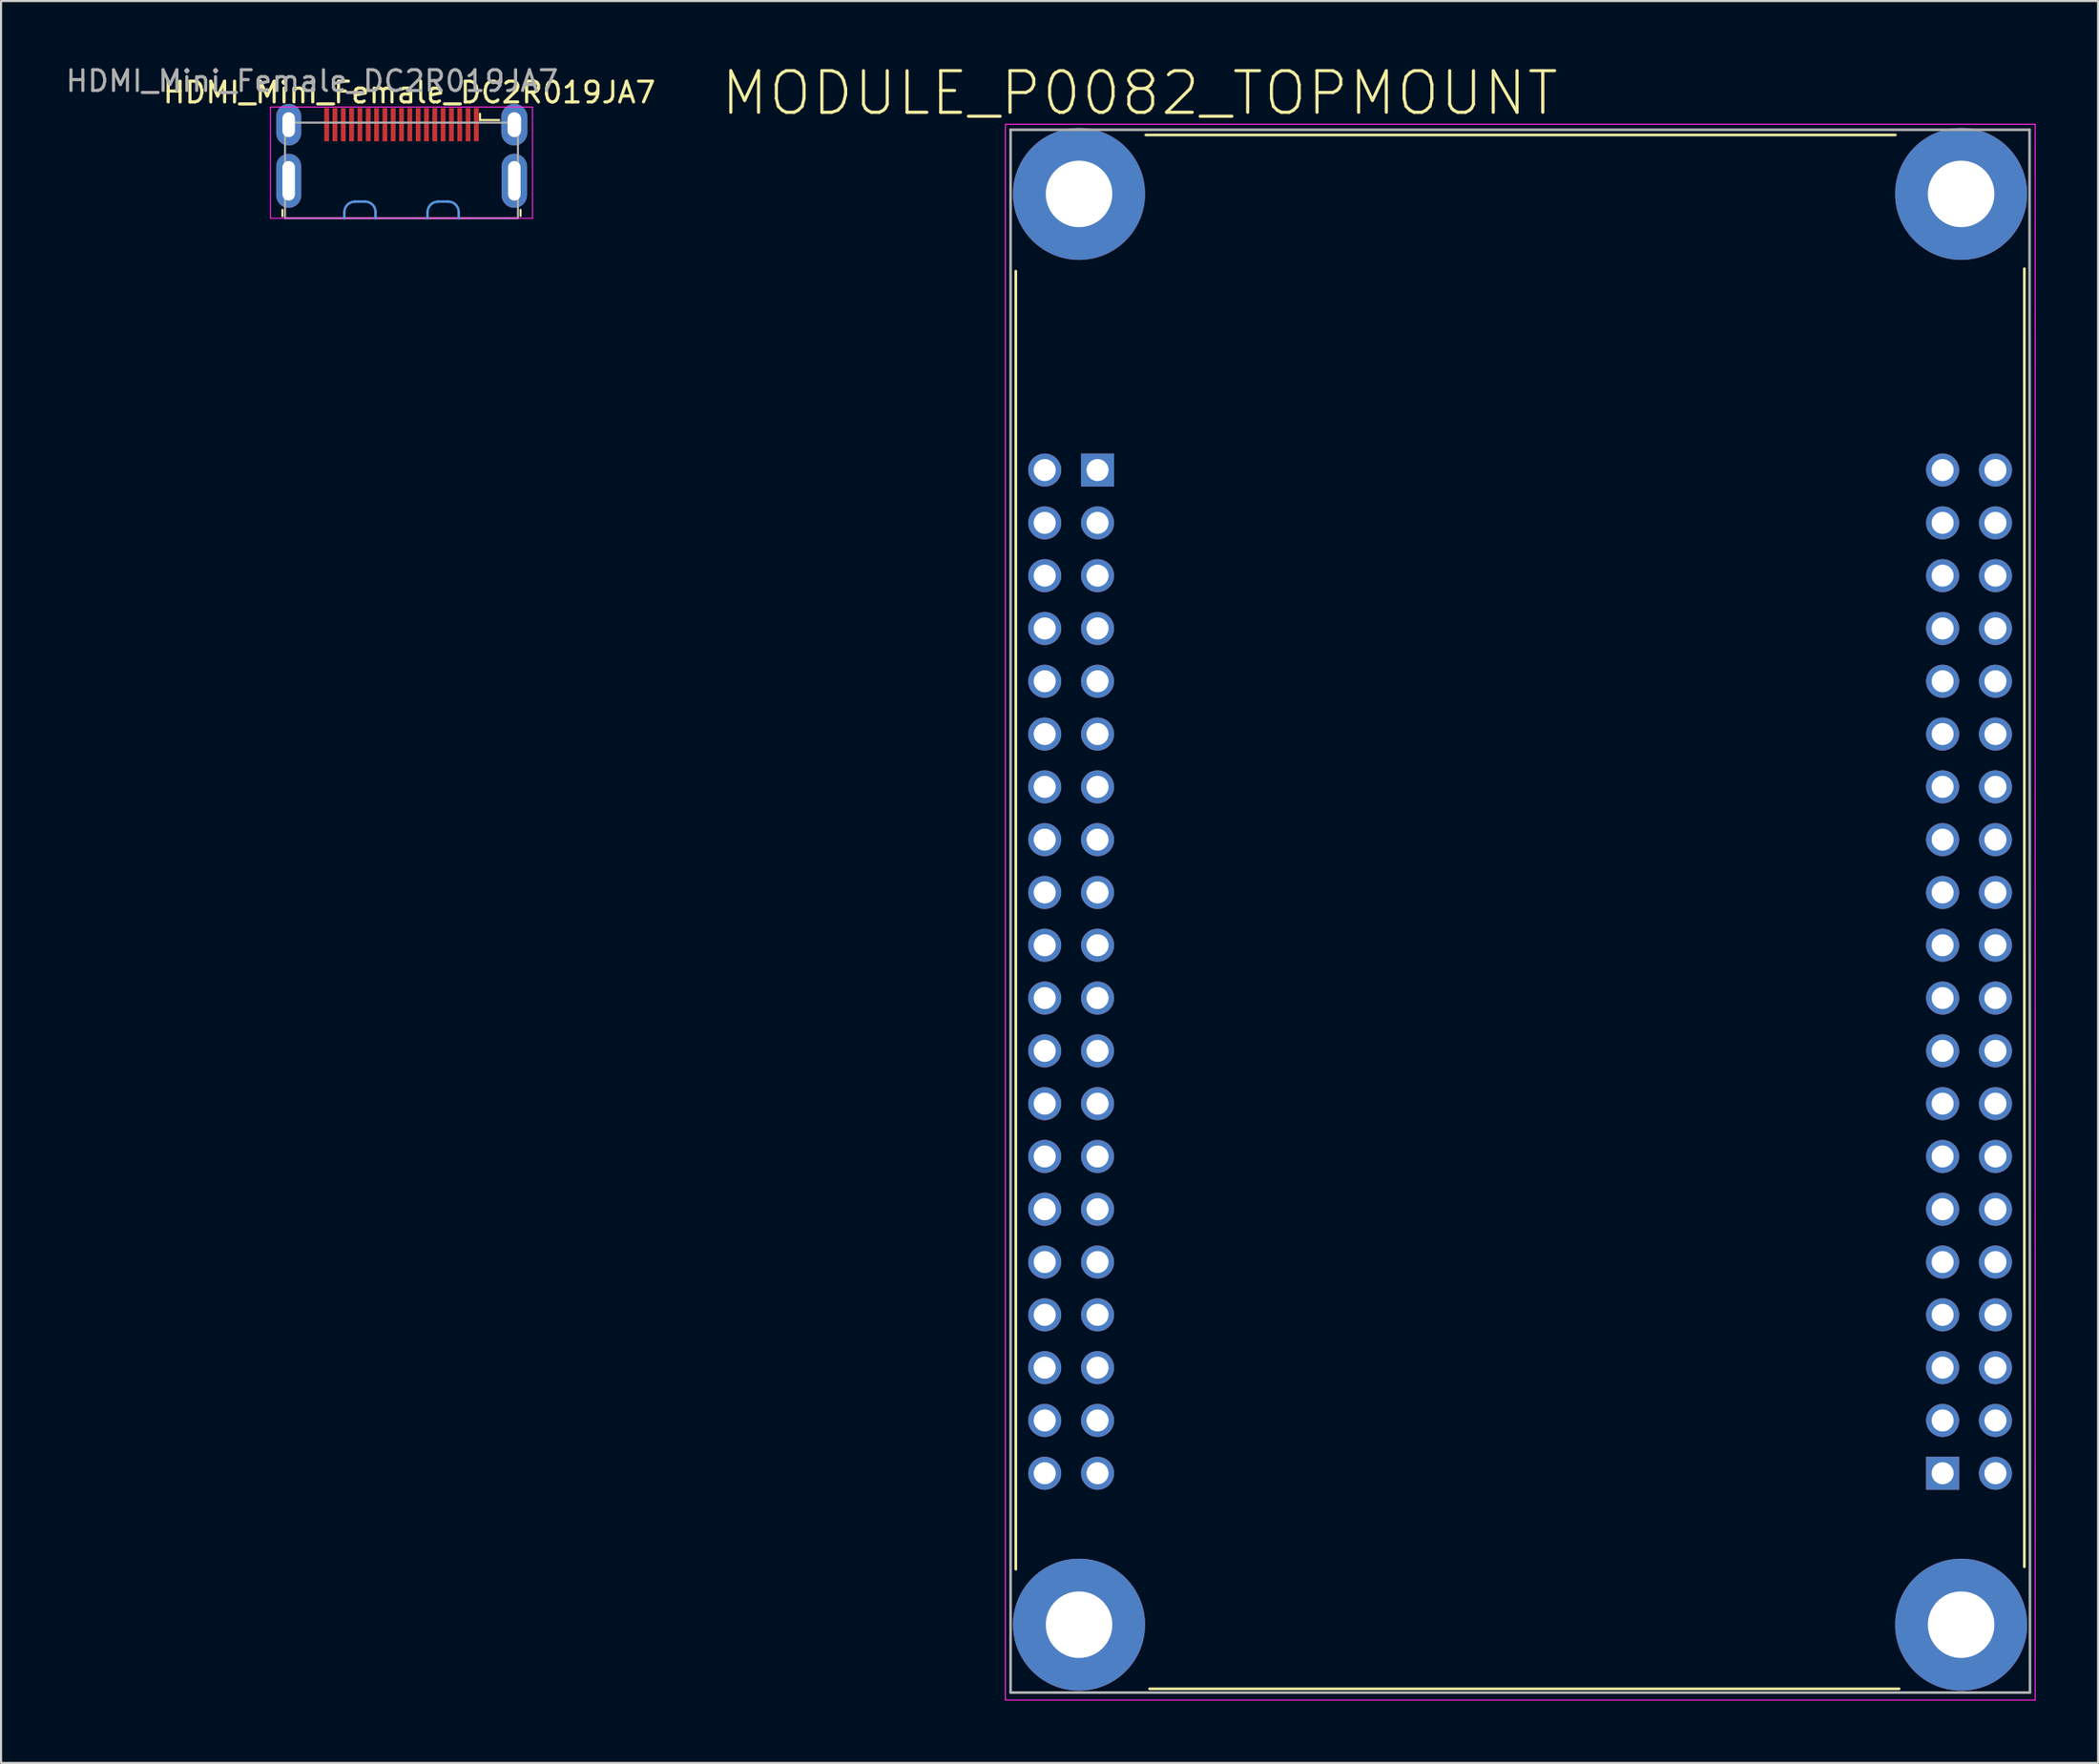
<source format=kicad_pcb>
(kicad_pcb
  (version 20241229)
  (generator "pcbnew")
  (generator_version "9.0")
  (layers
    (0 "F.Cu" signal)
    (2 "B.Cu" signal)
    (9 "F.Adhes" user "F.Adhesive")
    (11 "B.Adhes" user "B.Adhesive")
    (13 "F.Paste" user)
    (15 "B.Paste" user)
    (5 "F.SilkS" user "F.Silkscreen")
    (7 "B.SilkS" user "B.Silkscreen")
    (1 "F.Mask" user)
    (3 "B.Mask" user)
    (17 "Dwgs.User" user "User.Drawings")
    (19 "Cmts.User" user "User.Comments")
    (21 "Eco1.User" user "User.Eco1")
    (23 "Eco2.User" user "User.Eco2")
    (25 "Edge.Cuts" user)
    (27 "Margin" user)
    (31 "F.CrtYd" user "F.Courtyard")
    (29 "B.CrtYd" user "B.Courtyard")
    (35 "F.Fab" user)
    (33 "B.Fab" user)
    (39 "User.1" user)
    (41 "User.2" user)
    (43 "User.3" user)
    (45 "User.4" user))
  (footprint "MODULE_P0082_TOPMOUNT"
    (layer "F.Cu")
    (at 70.05 43.693)
    (property "Reference" "MODULE_P0082_TOPMOUNT" (at -18.29 -42.26 0) (layer "F.SilkS") (effects (font (size 2 2) (thickness 0.15))))
    (attr through_hole)
    (fp_line (start -24.25 -33.7) (end -24.25 28.75) (stroke (width 0.127) (type solid)) (layer "F.SilkS"))
    (fp_line (start -18 -40.25) (end 18.05 -40.25) (stroke (width 0.127) (type solid)) (layer "F.SilkS"))
    (fp_line (start -17.82 34.5) (end 18.23 34.5) (stroke (width 0.127) (type solid)) (layer "F.SilkS"))
    (fp_line (start 24.25 -33.82) (end 24.25 28.63) (stroke (width 0.127) (type solid)) (layer "F.SilkS"))
    (fp_line (start -24.75 -40.765) (end 24.77 -40.765) (stroke (width 0.05) (type solid)) (layer "F.CrtYd"))
    (fp_line (start -24.75 35.04) (end -24.75 -40.765) (stroke (width 0.05) (type solid)) (layer "F.CrtYd"))
    (fp_line (start 24.77 -40.765) (end 24.77 35.04) (stroke (width 0.05) (type solid)) (layer "F.CrtYd"))
    (fp_line (start 24.77 35.04) (end -24.75 35.04) (stroke (width 0.05) (type solid)) (layer "F.CrtYd"))
    (fp_line (start -24.5 -40.5) (end 24.5 -40.5) (stroke (width 0.127) (type solid)) (layer "F.Fab"))
    (fp_line (start -24.5 34.68) (end -24.5 -40.5) (stroke (width 0.127) (type solid)) (layer "F.Fab"))
    (fp_line (start 24.5 -40.5) (end 24.52 34.68) (stroke (width 0.127) (type solid)) (layer "F.Fab"))
    (fp_line (start 24.52 34.68) (end -24.5 34.68) (stroke (width 0.127) (type solid)) (layer "F.Fab"))
    (pad "JP1_1" thru_hole rect (at -20.32 -24.13) (size 1.59 1.59) (drill 1.06) (layers "*.Cu" "*.Mask"))
    (pad "JP1_2" thru_hole circle (at -22.86 -24.13) (size 1.59 1.59) (drill 1.06) (layers "*.Cu" "*.Mask"))
    (pad "JP1_3" thru_hole circle (at -20.32 -21.59) (size 1.59 1.59) (drill 1.06) (layers "*.Cu" "*.Mask"))
    (pad "JP1_4" thru_hole circle (at -22.86 -21.59) (size 1.59 1.59) (drill 1.06) (layers "*.Cu" "*.Mask"))
    (pad "JP1_5" thru_hole circle (at -20.32 -19.05) (size 1.59 1.59) (drill 1.06) (layers "*.Cu" "*.Mask"))
    (pad "JP1_6" thru_hole circle (at -22.86 -19.05) (size 1.59 1.59) (drill 1.06) (layers "*.Cu" "*.Mask"))
    (pad "JP1_7" thru_hole circle (at -20.32 -16.51) (size 1.59 1.59) (drill 1.06) (layers "*.Cu" "*.Mask"))
    (pad "JP1_8" thru_hole circle (at -22.86 -16.51) (size 1.59 1.59) (drill 1.06) (layers "*.Cu" "*.Mask"))
    (pad "JP1_9" thru_hole circle (at -20.32 -13.97) (size 1.59 1.59) (drill 1.06) (layers "*.Cu" "*.Mask"))
    (pad "JP1_10" thru_hole circle (at -22.86 -13.97) (size 1.59 1.59) (drill 1.06) (layers "*.Cu" "*.Mask"))
    (pad "JP1_11" thru_hole circle (at -20.32 -11.43) (size 1.59 1.59) (drill 1.06) (layers "*.Cu" "*.Mask"))
    (pad "JP1_12" thru_hole circle (at -22.86 -11.43) (size 1.59 1.59) (drill 1.06) (layers "*.Cu" "*.Mask"))
    (pad "JP1_13" thru_hole circle (at -20.32 -8.89) (size 1.59 1.59) (drill 1.06) (layers "*.Cu" "*.Mask"))
    (pad "JP1_14" thru_hole circle (at -22.86 -8.89) (size 1.59 1.59) (drill 1.06) (layers "*.Cu" "*.Mask"))
    (pad "JP1_15" thru_hole circle (at -20.32 -6.35) (size 1.59 1.59) (drill 1.06) (layers "*.Cu" "*.Mask"))
    (pad "JP1_16" thru_hole circle (at -22.86 -6.35) (size 1.59 1.59) (drill 1.06) (layers "*.Cu" "*.Mask"))
    (pad "JP1_17" thru_hole circle (at -20.32 -3.81) (size 1.59 1.59) (drill 1.06) (layers "*.Cu" "*.Mask"))
    (pad "JP1_18" thru_hole circle (at -22.86 -3.81) (size 1.59 1.59) (drill 1.06) (layers "*.Cu" "*.Mask"))
    (pad "JP1_19" thru_hole circle (at -20.32 -1.27) (size 1.59 1.59) (drill 1.06) (layers "*.Cu" "*.Mask"))
    (pad "JP1_20" thru_hole circle (at -22.86 -1.27) (size 1.59 1.59) (drill 1.06) (layers "*.Cu" "*.Mask"))
    (pad "JP1_21" thru_hole circle (at -20.32 1.27) (size 1.59 1.59) (drill 1.06) (layers "*.Cu" "*.Mask"))
    (pad "JP1_22" thru_hole circle (at -22.86 1.27) (size 1.59 1.59) (drill 1.06) (layers "*.Cu" "*.Mask"))
    (pad "JP1_23" thru_hole circle (at -20.32 3.81) (size 1.59 1.59) (drill 1.06) (layers "*.Cu" "*.Mask"))
    (pad "JP1_24" thru_hole circle (at -22.86 3.81) (size 1.59 1.59) (drill 1.06) (layers "*.Cu" "*.Mask"))
    (pad "JP1_25" thru_hole circle (at -20.32 6.35) (size 1.59 1.59) (drill 1.06) (layers "*.Cu" "*.Mask"))
    (pad "JP1_26" thru_hole circle (at -22.86 6.35) (size 1.59 1.59) (drill 1.06) (layers "*.Cu" "*.Mask"))
    (pad "JP1_27" thru_hole circle (at -20.32 8.89) (size 1.59 1.59) (drill 1.06) (layers "*.Cu" "*.Mask"))
    (pad "JP1_28" thru_hole circle (at -22.86 8.89) (size 1.59 1.59) (drill 1.06) (layers "*.Cu" "*.Mask"))
    (pad "JP1_29" thru_hole circle (at -20.32 11.43) (size 1.59 1.59) (drill 1.06) (layers "*.Cu" "*.Mask"))
    (pad "JP1_30" thru_hole circle (at -22.86 11.43) (size 1.59 1.59) (drill 1.06) (layers "*.Cu" "*.Mask"))
    (pad "JP1_31" thru_hole circle (at -20.32 13.97) (size 1.59 1.59) (drill 1.06) (layers "*.Cu" "*.Mask"))
    (pad "JP1_32" thru_hole circle (at -22.86 13.97) (size 1.59 1.59) (drill 1.06) (layers "*.Cu" "*.Mask"))
    (pad "JP1_33" thru_hole circle (at -20.32 16.51) (size 1.59 1.59) (drill 1.06) (layers "*.Cu" "*.Mask"))
    (pad "JP1_34" thru_hole circle (at -22.86 16.51) (size 1.59 1.59) (drill 1.06) (layers "*.Cu" "*.Mask"))
    (pad "JP1_35" thru_hole circle (at -20.32 19.05) (size 1.59 1.59) (drill 1.06) (layers "*.Cu" "*.Mask"))
    (pad "JP1_36" thru_hole circle (at -22.86 19.05) (size 1.59 1.59) (drill 1.06) (layers "*.Cu" "*.Mask"))
    (pad "JP1_37" thru_hole circle (at -20.32 21.59) (size 1.59 1.59) (drill 1.06) (layers "*.Cu" "*.Mask"))
    (pad "JP1_38" thru_hole circle (at -22.86 21.59) (size 1.59 1.59) (drill 1.06) (layers "*.Cu" "*.Mask"))
    (pad "JP1_39" thru_hole circle (at -20.32 24.13) (size 1.59 1.59) (drill 1.06) (layers "*.Cu" "*.Mask"))
    (pad "JP1_40" thru_hole circle (at -22.86 24.13) (size 1.59 1.59) (drill 1.06) (layers "*.Cu" "*.Mask"))
    (pad "JP2_1" thru_hole rect (at 20.32 24.13) (size 1.59 1.59) (drill 1.06) (layers "*.Cu" "*.Mask"))
    (pad "JP2_2" thru_hole circle (at 22.86 24.13) (size 1.59 1.59) (drill 1.06) (layers "*.Cu" "*.Mask"))
    (pad "JP2_3" thru_hole circle (at 20.32 21.59) (size 1.59 1.59) (drill 1.06) (layers "*.Cu" "*.Mask"))
    (pad "JP2_4" thru_hole circle (at 22.86 21.59) (size 1.59 1.59) (drill 1.06) (layers "*.Cu" "*.Mask"))
    (pad "JP2_5" thru_hole circle (at 20.32 19.05) (size 1.59 1.59) (drill 1.06) (layers "*.Cu" "*.Mask"))
    (pad "JP2_6" thru_hole circle (at 22.86 19.05) (size 1.59 1.59) (drill 1.06) (layers "*.Cu" "*.Mask"))
    (pad "JP2_7" thru_hole circle (at 20.32 16.51) (size 1.59 1.59) (drill 1.06) (layers "*.Cu" "*.Mask"))
    (pad "JP2_8" thru_hole circle (at 22.86 16.51) (size 1.59 1.59) (drill 1.06) (layers "*.Cu" "*.Mask"))
    (pad "JP2_9" thru_hole circle (at 20.32 13.97) (size 1.59 1.59) (drill 1.06) (layers "*.Cu" "*.Mask"))
    (pad "JP2_10" thru_hole circle (at 22.86 13.97) (size 1.59 1.59) (drill 1.06) (layers "*.Cu" "*.Mask"))
    (pad "JP2_11" thru_hole circle (at 20.32 11.43) (size 1.59 1.59) (drill 1.06) (layers "*.Cu" "*.Mask"))
    (pad "JP2_12" thru_hole circle (at 22.86 11.43) (size 1.59 1.59) (drill 1.06) (layers "*.Cu" "*.Mask"))
    (pad "JP2_13" thru_hole circle (at 20.32 8.89) (size 1.59 1.59) (drill 1.06) (layers "*.Cu" "*.Mask"))
    (pad "JP2_14" thru_hole circle (at 22.86 8.89) (size 1.59 1.59) (drill 1.06) (layers "*.Cu" "*.Mask"))
    (pad "JP2_15" thru_hole circle (at 20.32 6.35) (size 1.59 1.59) (drill 1.06) (layers "*.Cu" "*.Mask"))
    (pad "JP2_16" thru_hole circle (at 22.86 6.35) (size 1.59 1.59) (drill 1.06) (layers "*.Cu" "*.Mask"))
    (pad "JP2_17" thru_hole circle (at 20.32 3.81) (size 1.59 1.59) (drill 1.06) (layers "*.Cu" "*.Mask"))
    (pad "JP2_18" thru_hole circle (at 22.86 3.81) (size 1.59 1.59) (drill 1.06) (layers "*.Cu" "*.Mask"))
    (pad "JP2_19" thru_hole circle (at 20.32 1.27) (size 1.59 1.59) (drill 1.06) (layers "*.Cu" "*.Mask"))
    (pad "JP2_20" thru_hole circle (at 22.86 1.27) (size 1.59 1.59) (drill 1.06) (layers "*.Cu" "*.Mask"))
    (pad "JP2_21" thru_hole circle (at 20.32 -1.27) (size 1.59 1.59) (drill 1.06) (layers "*.Cu" "*.Mask"))
    (pad "JP2_22" thru_hole circle (at 22.86 -1.27) (size 1.59 1.59) (drill 1.06) (layers "*.Cu" "*.Mask"))
    (pad "JP2_23" thru_hole circle (at 20.32 -3.81) (size 1.59 1.59) (drill 1.06) (layers "*.Cu" "*.Mask"))
    (pad "JP2_24" thru_hole circle (at 22.86 -3.81) (size 1.59 1.59) (drill 1.06) (layers "*.Cu" "*.Mask"))
    (pad "JP2_25" thru_hole circle (at 20.32 -6.35) (size 1.59 1.59) (drill 1.06) (layers "*.Cu" "*.Mask"))
    (pad "JP2_26" thru_hole circle (at 22.86 -6.35) (size 1.59 1.59) (drill 1.06) (layers "*.Cu" "*.Mask"))
    (pad "JP2_27" thru_hole circle (at 20.32 -8.89) (size 1.59 1.59) (drill 1.06) (layers "*.Cu" "*.Mask"))
    (pad "JP2_28" thru_hole circle (at 22.86 -8.89) (size 1.59 1.59) (drill 1.06) (layers "*.Cu" "*.Mask"))
    (pad "JP2_29" thru_hole circle (at 20.32 -11.43) (size 1.59 1.59) (drill 1.06) (layers "*.Cu" "*.Mask"))
    (pad "JP2_30" thru_hole circle (at 22.86 -11.43) (size 1.59 1.59) (drill 1.06) (layers "*.Cu" "*.Mask"))
    (pad "JP2_31" thru_hole circle (at 20.32 -13.97) (size 1.59 1.59) (drill 1.06) (layers "*.Cu" "*.Mask"))
    (pad "JP2_32" thru_hole circle (at 22.86 -13.97) (size 1.59 1.59) (drill 1.06) (layers "*.Cu" "*.Mask"))
    (pad "JP2_33" thru_hole circle (at 20.32 -16.51) (size 1.59 1.59) (drill 1.06) (layers "*.Cu" "*.Mask"))
    (pad "JP2_34" thru_hole circle (at 22.86 -16.51) (size 1.59 1.59) (drill 1.06) (layers "*.Cu" "*.Mask"))
    (pad "JP2_35" thru_hole circle (at 20.32 -19.05) (size 1.59 1.59) (drill 1.06) (layers "*.Cu" "*.Mask"))
    (pad "JP2_36" thru_hole circle (at 22.86 -19.05) (size 1.59 1.59) (drill 1.06) (layers "*.Cu" "*.Mask"))
    (pad "JP2_37" thru_hole circle (at 20.32 -21.59) (size 1.59 1.59) (drill 1.06) (layers "*.Cu" "*.Mask"))
    (pad "JP2_38" thru_hole circle (at 22.86 -21.59) (size 1.59 1.59) (drill 1.06) (layers "*.Cu" "*.Mask"))
    (pad "JP2_39" thru_hole circle (at 20.32 -24.13) (size 1.59 1.59) (drill 1.06) (layers "*.Cu" "*.Mask"))
    (pad "JP2_40" thru_hole circle (at 22.86 -24.13) (size 1.59 1.59) (drill 1.06) (layers "*.Cu" "*.Mask"))
    (pad "S1" thru_hole circle (at -21.21 -37.415) (size 6.35 6.35) (drill 3.2) (layers "*.Cu" "*.Mask"))
    (pad "S2" thru_hole circle (at 21.21 -37.415) (size 6.35 6.35) (drill 3.2) (layers "*.Cu" "*.Mask"))
    (pad "S3" thru_hole circle (at -21.21 31.415) (size 6.35 6.35) (drill 3.2) (layers "*.Cu" "*.Mask"))
    (pad "S4" thru_hole circle (at 21.21 31.415) (size 6.35 6.35) (drill 3.2) (layers "*.Cu" "*.Mask")))
  (footprint "HDMI_Mini_Female_DC2R019JA7"
    (layer "F.Cu")
    (at 16.258 2.948)
    (property "Reference" "HDMI_Mini_Female_DC2R019JA7" (at 0.375 -1.55 0) (layer "F.SilkS") (effects (font (size 1 1) (thickness 0.15))))
    (attr smd)
    (fp_line (start -5.725 4.1) (end -5.725 4.4) (stroke (width 0.1) (type solid)) (layer "F.SilkS"))
    (fp_line (start 3.775 -0.225) (end 3.775 -0.525) (stroke (width 0.1) (type solid)) (layer "F.SilkS"))
    (fp_line (start 4.7 -0.225) (end 3.775 -0.225) (stroke (width 0.1) (type solid)) (layer "F.SilkS"))
    (fp_line (start 5.725 4.1) (end 5.725 4.388) (stroke (width 0.1) (type solid)) (layer "F.SilkS"))
    (fp_line (start -2.75 4.5) (end -2.75 4.2) (stroke (width 0.12) (type solid)) (layer "Cmts.User"))
    (fp_line (start -2.25 3.7) (end -1.75 3.7) (stroke (width 0.12) (type solid)) (layer "Cmts.User"))
    (fp_line (start -1.25 4.5) (end -1.25 4.2) (stroke (width 0.12) (type solid)) (layer "Cmts.User"))
    (fp_line (start 1.25 4.5) (end 1.25 4.2) (stroke (width 0.12) (type solid)) (layer "Cmts.User"))
    (fp_line (start 1.75 3.7) (end 2.25 3.7) (stroke (width 0.12) (type solid)) (layer "Cmts.User"))
    (fp_line (start 2.75 4.5) (end 2.75 4.2) (stroke (width 0.12) (type solid)) (layer "Cmts.User"))
    (fp_arc (start -2.746447 4.203553) (mid -2.6 3.85) (end -2.246447 3.703553) (stroke (width 0.12) (type solid)) (layer "Cmts.User"))
    (fp_arc (start -1.75 3.7) (mid -1.396447 3.846447) (end -1.25 4.2) (stroke (width 0.12) (type solid)) (layer "Cmts.User"))
    (fp_arc (start 1.253553 4.203553) (mid 1.4 3.85) (end 1.753553 3.703553) (stroke (width 0.12) (type solid)) (layer "Cmts.User"))
    (fp_arc (start 2.25 3.7) (mid 2.603553 3.846447) (end 2.75 4.2) (stroke (width 0.12) (type solid)) (layer "Cmts.User"))
    (fp_line (start -6.3 -0.85) (end -6.3 4.5) (stroke (width 0.05) (type solid)) (layer "F.CrtYd"))
    (fp_line (start -6.3 4.5) (end 6.3 4.5) (stroke (width 0.05) (type solid)) (layer "F.CrtYd"))
    (fp_line (start 6.3 -0.85) (end -6.3 -0.85) (stroke (width 0.05) (type solid)) (layer "F.CrtYd"))
    (fp_line (start 6.3 -0.85) (end 6.3 4.5) (stroke (width 0.05) (type solid)) (layer "F.CrtYd"))
    (fp_line (start -5.6 -0.1) (end -5.6 4.5) (stroke (width 0.1) (type solid)) (layer "F.Fab"))
    (fp_line (start 5.275 -0.1) (end -5.6 -0.1) (stroke (width 0.1) (type solid)) (layer "F.Fab"))
    (fp_line (start 5.275 -0.1) (end 5.6 0.2) (stroke (width 0.1) (type solid)) (layer "F.Fab"))
    (fp_line (start 5.6 0.2) (end 5.6 4.5) (stroke (width 0.1) (type solid)) (layer "F.Fab"))
    (fp_line (start 5.6 4.5) (end -5.6 4.5) (stroke (width 0.1) (type solid)) (layer "F.Fab"))
    (fp_text user "${REFERENCE}" (at -4.3 -2.1 0) (layer "F.Fab") (effects (font (size 1 1) (thickness 0.15))))
    (pad "1" smd rect (at 3.6 0) (size 0.23 1.6) (layers "F.Cu" "F.Mask" "F.Paste"))
    (pad "2" smd rect (at 3.2 0) (size 0.23 1.6) (layers "F.Cu" "F.Mask" "F.Paste"))
    (pad "3" smd rect (at 2.8 0) (size 0.23 1.6) (layers "F.Cu" "F.Mask" "F.Paste"))
    (pad "4" smd rect (at 2.4 0) (size 0.23 1.6) (layers "F.Cu" "F.Mask" "F.Paste"))
    (pad "5" smd rect (at 2 0) (size 0.23 1.6) (layers "F.Cu" "F.Mask" "F.Paste"))
    (pad "6" smd rect (at 1.6 0) (size 0.23 1.6) (layers "F.Cu" "F.Mask" "F.Paste"))
    (pad "7" smd rect (at 1.2 0) (size 0.23 1.6) (layers "F.Cu" "F.Mask" "F.Paste"))
    (pad "8" smd rect (at 0.8 0) (size 0.23 1.6) (layers "F.Cu" "F.Mask" "F.Paste"))
    (pad "9" smd rect (at 0.4 0) (size 0.23 1.6) (layers "F.Cu" "F.Mask" "F.Paste"))
    (pad "10" smd rect (at 0 0) (size 0.23 1.6) (layers "F.Cu" "F.Mask" "F.Paste"))
    (pad "11" smd rect (at -0.4 0) (size 0.23 1.6) (layers "F.Cu" "F.Mask" "F.Paste"))
    (pad "12" smd rect (at -0.8 0) (size 0.23 1.6) (layers "F.Cu" "F.Mask" "F.Paste"))
    (pad "13" smd rect (at -1.2 0) (size 0.23 1.6) (layers "F.Cu" "F.Mask" "F.Paste"))
    (pad "14" smd rect (at -1.6 0) (size 0.23 1.6) (layers "F.Cu" "F.Mask" "F.Paste"))
    (pad "15" smd rect (at -2 0) (size 0.23 1.6) (layers "F.Cu" "F.Mask" "F.Paste"))
    (pad "16" smd rect (at -2.4 0) (size 0.23 1.6) (layers "F.Cu" "F.Mask" "F.Paste"))
    (pad "17" smd rect (at -2.8 0) (size 0.23 1.6) (layers "F.Cu" "F.Mask" "F.Paste"))
    (pad "18" smd rect (at -3.2 0) (size 0.23 1.6) (layers "F.Cu" "F.Mask" "F.Paste"))
    (pad "19" smd rect (at -3.6 0) (size 0.23 1.6) (layers "F.Cu" "F.Mask" "F.Paste"))
    (pad "SH" thru_hole oval (at -5.425 0) (size 1.2 2) (drill oval 0.6 1.2) (layers "*.Cu" "*.Mask"))
    (pad "SH" thru_hole oval (at -5.425 2.7) (size 1.2 2.6) (drill oval 0.6 1.9) (layers "*.Cu" "*.Mask"))
    (pad "SH" thru_hole oval (at 5.425 0) (size 1.25 2) (drill oval 0.65 1.2) (layers "*.Cu" "*.Mask"))
    (pad "SH" thru_hole oval (at 5.425 2.7) (size 1.22 2.6) (drill oval 0.6 1.9) (layers "*.Cu" "*.Mask")))
  (gr_rect
    (start -3 -3)
    (end 97.845 81.758)
    (stroke (width 0.1) (type default))
    (fill no)
    (layer "Edge.Cuts")))
</source>
